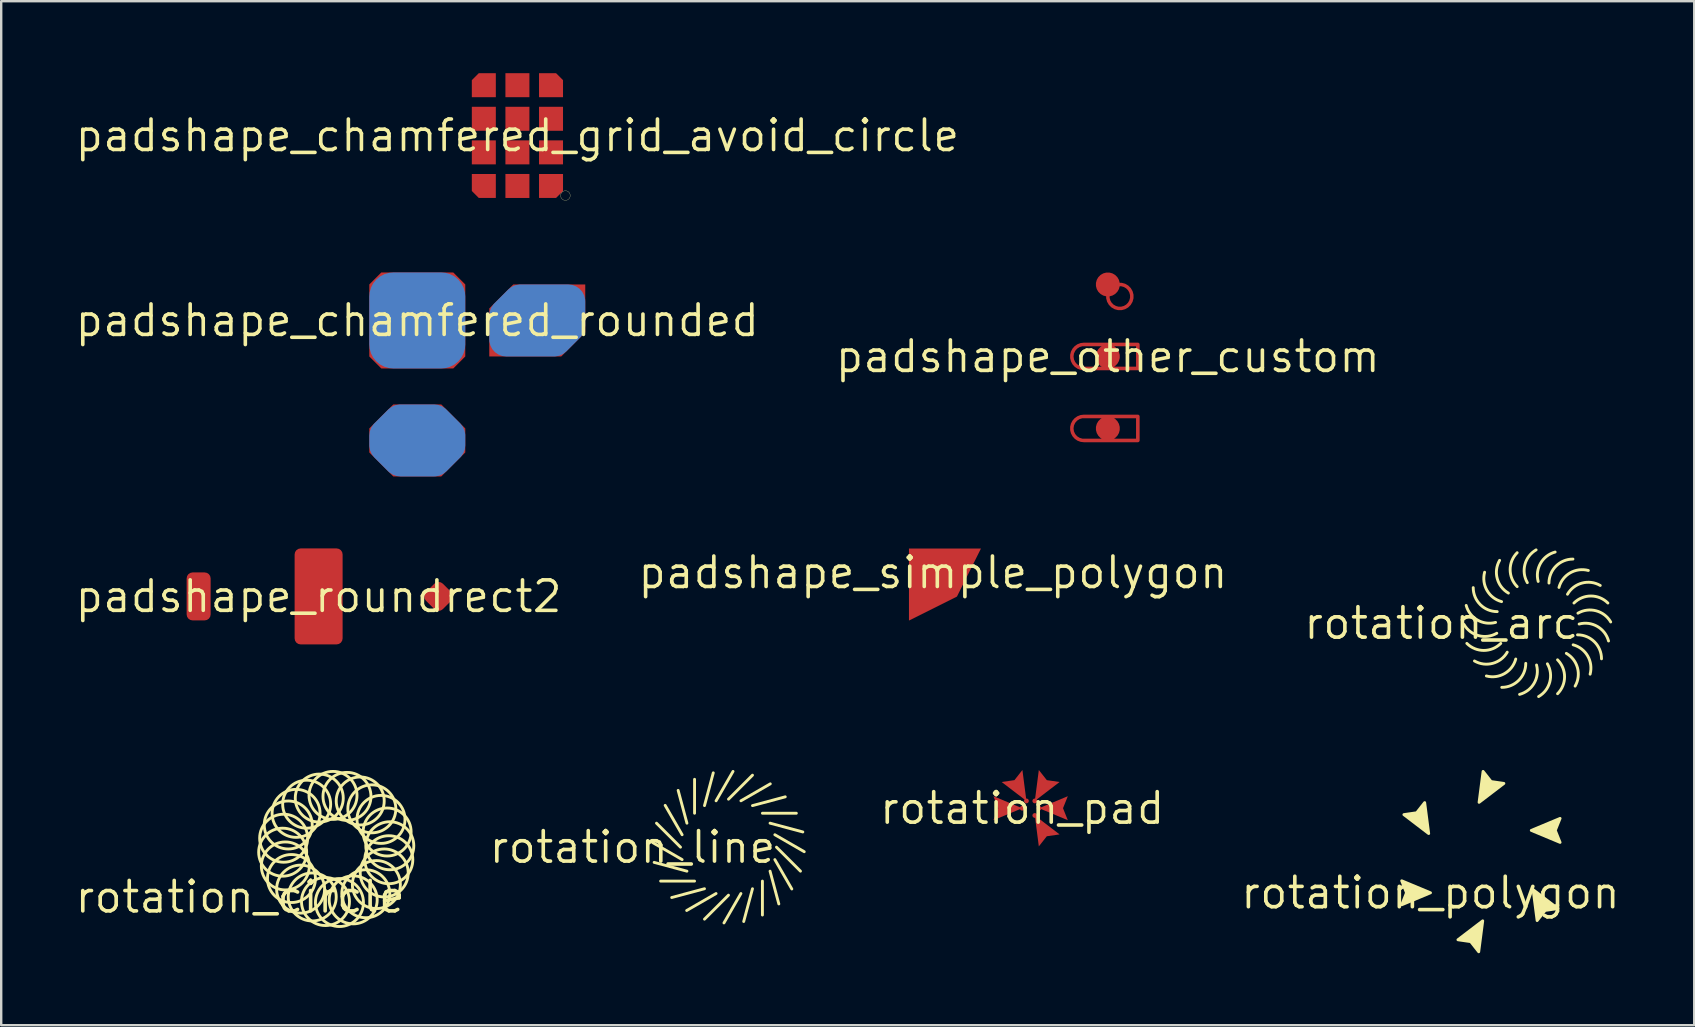
<source format=kicad_pcb>
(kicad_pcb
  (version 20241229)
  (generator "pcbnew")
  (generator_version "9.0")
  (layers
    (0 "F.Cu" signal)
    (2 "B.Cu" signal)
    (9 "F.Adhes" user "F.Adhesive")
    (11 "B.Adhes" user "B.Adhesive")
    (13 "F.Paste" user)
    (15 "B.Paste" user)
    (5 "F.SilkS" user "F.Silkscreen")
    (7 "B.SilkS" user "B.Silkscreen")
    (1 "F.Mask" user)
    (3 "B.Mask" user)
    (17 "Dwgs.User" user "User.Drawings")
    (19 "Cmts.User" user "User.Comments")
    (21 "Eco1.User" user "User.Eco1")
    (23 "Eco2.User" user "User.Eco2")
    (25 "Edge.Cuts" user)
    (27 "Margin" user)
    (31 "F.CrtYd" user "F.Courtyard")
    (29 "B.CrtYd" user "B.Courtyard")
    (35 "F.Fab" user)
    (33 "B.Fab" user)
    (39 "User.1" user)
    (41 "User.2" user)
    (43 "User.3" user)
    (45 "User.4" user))
  (footprint "rotation_arc"
    (layer "F.Cu")
    (at 57.018 22.922)
    (property "Reference" "rotation_arc" (at 0 0 0) (layer "F.SilkS") (effects (font (size 1.27 1.27) (thickness 0.15))))
    (attr smd)
    (fp_arc (start 2.258819 -0.034074) (mid 1.5 -0.133975) (end 1.034074 -0.741181) (stroke (width 0.12) (type solid)) (layer "F.SilkS"))
    (fp_arc (start 2.309329 0.417738) (mid 1.55051 0.517638) (end 0.943304 0.051712) (stroke (width 0.12) (type solid)) (layer "F.SilkS"))
    (fp_arc (start 2.326967 -0.483564) (mid 1.619861 -0.776457) (end 1.326967 -1.483564) (stroke (width 0.12) (type solid)) (layer "F.SilkS"))
    (fp_arc (start 2.475056 0.841081) (mid 1.767949 1.133975) (end 1.060842 0.841081) (stroke (width 0.12) (type solid)) (layer "F.SilkS"))
    (fp_arc (start 2.50913 -0.9001) (mid 1.901924 -1.366025) (end 1.802023 -2.124844) (stroke (width 0.12) (type solid)) (layer "F.SilkS"))
    (fp_arc (start 2.744705 1.207107) (mid 2.137499 1.673033) (end 1.37868 1.573132) (stroke (width 0.12) (type solid)) (layer "F.SilkS"))
    (fp_arc (start 2.792893 -1.255295) (mid 2.326967 -1.862501) (end 2.426868 -2.62132) (stroke (width 0.12) (type solid)) (layer "F.SilkS"))
    (fp_arc (start 3.0999 1.49087) (mid 2.633975 2.098076) (end 1.875156 2.197977) (stroke (width 0.12) (type solid)) (layer "F.SilkS"))
    (fp_arc (start 3.158919 -1.524944) (mid 2.866025 -2.232051) (end 3.158919 -2.939158) (stroke (width 0.12) (type solid)) (layer "F.SilkS"))
    (fp_arc (start 3.516436 1.673033) (mid 3.223543 2.380139) (end 2.516436 2.673033) (stroke (width 0.12) (type solid)) (layer "F.SilkS"))
    (fp_arc (start 3.582262 -1.690671) (mid 3.482362 -2.44949) (end 3.948288 -3.056696) (stroke (width 0.12) (type solid)) (layer "F.SilkS"))
    (fp_arc (start 3.965926 1.741181) (mid 3.866025 2.5) (end 3.258819 2.965926) (stroke (width 0.12) (type solid)) (layer "F.SilkS"))
    (fp_arc (start 4.034074 -1.741181) (mid 4.133975 -2.5) (end 4.741181 -2.965926) (stroke (width 0.12) (type solid)) (layer "F.SilkS"))
    (fp_arc (start 4.417738 1.690671) (mid 4.517638 2.44949) (end 4.051712 3.056696) (stroke (width 0.12) (type solid)) (layer "F.SilkS"))
    (fp_arc (start 4.483564 -1.673033) (mid 4.776457 -2.380139) (end 5.483564 -2.673033) (stroke (width 0.12) (type solid)) (layer "F.SilkS"))
    (fp_arc (start 4.841081 1.524944) (mid 5.133975 2.232051) (end 4.841081 2.939158) (stroke (width 0.12) (type solid)) (layer "F.SilkS"))
    (fp_arc (start 4.9001 -1.49087) (mid 5.366025 -2.098076) (end 6.124844 -2.197977) (stroke (width 0.12) (type solid)) (layer "F.SilkS"))
    (fp_arc (start 5.207107 1.255295) (mid 5.673033 1.862501) (end 5.573132 2.62132) (stroke (width 0.12) (type solid)) (layer "F.SilkS"))
    (fp_arc (start 5.255295 -1.207107) (mid 5.862501 -1.673033) (end 6.62132 -1.573132) (stroke (width 0.12) (type solid)) (layer "F.SilkS"))
    (fp_arc (start 5.49087 0.9001) (mid 6.098076 1.366025) (end 6.197977 2.124844) (stroke (width 0.12) (type solid)) (layer "F.SilkS"))
    (fp_arc (start 5.524944 -0.841081) (mid 6.232051 -1.133975) (end 6.939158 -0.841081) (stroke (width 0.12) (type solid)) (layer "F.SilkS"))
    (fp_arc (start 5.673033 0.483564) (mid 6.380139 0.776457) (end 6.673033 1.483564) (stroke (width 0.12) (type solid)) (layer "F.SilkS"))
    (fp_arc (start 5.690671 -0.417738) (mid 6.44949 -0.517638) (end 7.056696 -0.051712) (stroke (width 0.12) (type solid)) (layer "F.SilkS"))
    (fp_arc (start 5.741181 0.034074) (mid 6.5 0.133975) (end 6.965926 0.741181) (stroke (width 0.12) (type solid)) (layer "F.SilkS")))
  (footprint "rotation_circle"
    (layer "F.Cu")
    (at 6.962 34.33)
    (property "Reference" "rotation_circle" (at 0 0 0) (layer "F.SilkS") (effects (font (size 1.27 1.27) (thickness 0.15))))
    (attr smd)
    (fp_circle (center 1.768 -1.866) (end 2.768 -1.866) (stroke (width 0.12) (type solid)) (fill no) (layer "F.SilkS"))
    (fp_circle (center 1.809 -2.448) (end 2.809 -2.448) (stroke (width 0.12) (type solid)) (fill no) (layer "F.SilkS"))
    (fp_circle (center 1.879 -1.293) (end 2.879 -1.293) (stroke (width 0.12) (type solid)) (fill no) (layer "F.SilkS"))
    (fp_circle (center 2 -3) (end 3 -3) (stroke (width 0.12) (type solid)) (fill no) (layer "F.SilkS"))
    (fp_circle (center 2.134 -0.768) (end 3.134 -0.768) (stroke (width 0.12) (type solid)) (fill no) (layer "F.SilkS"))
    (fp_circle (center 2.327 -3.484) (end 3.327 -3.484) (stroke (width 0.12) (type solid)) (fill no) (layer "F.SilkS"))
    (fp_circle (center 2.516 -0.327) (end 3.516 -0.327) (stroke (width 0.12) (type solid)) (fill no) (layer "F.SilkS"))
    (fp_circle (center 2.768 -3.866) (end 3.768 -3.866) (stroke (width 0.12) (type solid)) (fill no) (layer "F.SilkS"))
    (fp_circle (center 3 0) (end 4 0) (stroke (width 0.12) (type solid)) (fill no) (layer "F.SilkS"))
    (fp_circle (center 3.293 -4.121) (end 4.293 -4.121) (stroke (width 0.12) (type solid)) (fill no) (layer "F.SilkS"))
    (fp_circle (center 3.552 0.191) (end 4.552 0.191) (stroke (width 0.12) (type solid)) (fill no) (layer "F.SilkS"))
    (fp_circle (center 3.866 -4.232) (end 4.866 -4.232) (stroke (width 0.12) (type solid)) (fill no) (layer "F.SilkS"))
    (fp_circle (center 4.134 0.232) (end 5.134 0.232) (stroke (width 0.12) (type solid)) (fill no) (layer "F.SilkS"))
    (fp_circle (center 4.448 -4.191) (end 5.448 -4.191) (stroke (width 0.12) (type solid)) (fill no) (layer "F.SilkS"))
    (fp_circle (center 4.707 0.121) (end 5.707 0.121) (stroke (width 0.12) (type solid)) (fill no) (layer "F.SilkS"))
    (fp_circle (center 5 -4) (end 6 -4) (stroke (width 0.12) (type solid)) (fill no) (layer "F.SilkS"))
    (fp_circle (center 5.232 -0.134) (end 6.232 -0.134) (stroke (width 0.12) (type solid)) (fill no) (layer "F.SilkS"))
    (fp_circle (center 5.484 -3.673) (end 6.484 -3.673) (stroke (width 0.12) (type solid)) (fill no) (layer "F.SilkS"))
    (fp_circle (center 5.673 -0.516) (end 6.673 -0.516) (stroke (width 0.12) (type solid)) (fill no) (layer "F.SilkS"))
    (fp_circle (center 5.866 -3.232) (end 6.866 -3.232) (stroke (width 0.12) (type solid)) (fill no) (layer "F.SilkS"))
    (fp_circle (center 6 -1) (end 7 -1) (stroke (width 0.12) (type solid)) (fill no) (layer "F.SilkS"))
    (fp_circle (center 6.121 -2.707) (end 7.121 -2.707) (stroke (width 0.12) (type solid)) (fill no) (layer "F.SilkS"))
    (fp_circle (center 6.191 -1.552) (end 7.191 -1.552) (stroke (width 0.12) (type solid)) (fill no) (layer "F.SilkS"))
    (fp_circle (center 6.232 -2.134) (end 7.232 -2.134) (stroke (width 0.12) (type solid)) (fill no) (layer "F.SilkS")))
  (footprint "padshape_chamfered_grid_avoid_circle"
    (layer "F.Cu")
    (at 18.513 2.6)
    (property "Reference" "padshape_chamfered_grid_avoid_circle" (at 0 0 0) (layer "F.SilkS") (effects (font (size 1.27 1.27) (thickness 0.15))))
    (attr smd)
    (fp_circle (center 2 2.5) (end 2.2 2.5) (stroke (width 0.01) (type solid)) (fill no) (layer "F.SilkS"))
    (pad "1" smd custom (at -1.4 -2.1) (size 0.795 0.795) (layers "F.Cu" "F.Mask" "F.Paste") (options (anchor circle)) (primitives (gr_poly (pts (xy -0.5 -0.21) (xy -0.21 -0.5) (xy 0.5 -0.5) (xy 0.5 0.5) (xy -0.5 0.5)) (width 0) (fill yes))))
    (pad "1" smd rect (at -1.4 -0.7) (size 1 1) (layers "F.Cu" "F.Mask" "F.Paste"))
    (pad "1" smd rect (at -1.4 0.7) (size 1 1) (layers "F.Cu" "F.Mask" "F.Paste"))
    (pad "1" smd custom (at -1.4 2.1) (size 0.795 0.795) (layers "F.Cu" "F.Mask" "F.Paste") (options (anchor circle)) (primitives (gr_poly (pts (xy -0.5 -0.5) (xy 0.5 -0.5) (xy 0.5 0.5) (xy -0.21 0.5) (xy -0.5 0.21)) (width 0) (fill yes))))
    (pad "1" smd rect (at 0 -2.1) (size 1 1) (layers "F.Cu" "F.Mask" "F.Paste"))
    (pad "1" smd rect (at 0 -0.7) (size 1 1) (layers "F.Cu" "F.Mask" "F.Paste"))
    (pad "1" smd rect (at 0 0.7) (size 1 1) (layers "F.Cu" "F.Mask" "F.Paste"))
    (pad "1" smd rect (at 0 2.1) (size 1 1) (layers "F.Cu" "F.Mask" "F.Paste"))
    (pad "1" smd custom (at 1.4 -2.1) (size 0.795 0.795) (layers "F.Cu" "F.Mask" "F.Paste") (options (anchor circle)) (primitives (gr_poly (pts (xy -0.5 -0.5) (xy 0.21 -0.5) (xy 0.5 -0.21) (xy 0.5 0.5) (xy -0.5 0.5)) (width 0) (fill yes))))
    (pad "1" smd rect (at 1.4 -0.7) (size 1 1) (layers "F.Cu" "F.Mask" "F.Paste"))
    (pad "1" smd rect (at 1.4 0.7) (size 1 1) (layers "F.Cu" "F.Mask" "F.Paste"))
    (pad "1" smd custom (at 1.4 2.1) (size 0.795 0.795) (layers "F.Cu" "F.Mask" "F.Paste") (options (anchor circle)) (primitives (gr_poly (pts (xy -0.5 -0.5) (xy 0.5 -0.5) (xy 0.5 0.21) (xy 0.21 0.5) (xy -0.5 0.5)) (width 0) (fill yes)))))
  (footprint "rotation_polygon"
    (layer "F.Cu")
    (at 56.565 34.156)
    (property "Reference" "rotation_polygon" (at 0 0 0) (layer "F.SilkS") (effects (font (size 1.27 1.27) (thickness 0.15))))
    (attr smd)
    (fp_poly (pts (xy -1 0) (xy -1.2 0.5) (xy 0 0) (xy -1.2 -0.5)) (stroke (width 0.12) (type solid)) (fill yes) (layer "F.SilkS"))
    (fp_poly (pts (xy -0.576 -3.335) (xy -1.109 -3.258) (xy -0.076 -2.469) (xy -0.243 -3.758)) (stroke (width 0.12) (type solid)) (fill yes) (layer "F.SilkS"))
    (fp_poly (pts (xy 1.676 2.035) (xy 2.009 2.458) (xy 2.176 1.169) (xy 1.143 1.958)) (stroke (width 0.12) (type solid)) (fill yes) (layer "F.SilkS"))
    (fp_poly (pts (xy 2.524 -4.635) (xy 2.191 -5.058) (xy 2.024 -3.769) (xy 3.057 -4.558)) (stroke (width 0.12) (type solid)) (fill yes) (layer "F.SilkS"))
    (fp_poly (pts (xy 4.776 0.735) (xy 5.309 0.658) (xy 4.276 -0.131) (xy 4.443 1.158)) (stroke (width 0.12) (type solid)) (fill yes) (layer "F.SilkS"))
    (fp_poly (pts (xy 5.2 -2.6) (xy 5.4 -3.1) (xy 4.2 -2.6) (xy 5.4 -2.1)) (stroke (width 0.12) (type solid)) (fill yes) (layer "F.SilkS")))
  (footprint "padshape_chamfered_rounded"
    (layer "F.Cu")
    (at 14.34 10.305)
    (property "Reference" "padshape_chamfered_rounded" (at 0 0 0) (layer "F.SilkS") (effects (font (size 1.27 1.27) (thickness 0.15))))
    (attr smd)
    (pad "1" smd custom (at 0 0) (size 3.646 3.646) (layers "F.Cu" "F.Mask" "F.Paste") (options (anchor circle)) (primitives (gr_poly (pts (xy -2 -1.5) (xy -1.5 -2) (xy 1.5 -2) (xy 2 -1.5) (xy 2 1.5) (xy 1.5 2) (xy -1.5 2) (xy -2 1.5)) (width 0) (fill yes))))
    (pad "1" smd roundrect (at 0 0) (size 4 4) (layers "B.Cu") (roundrect_rratio 0.25))
    (pad "1" smd custom (at 0 5) (size 2.293 2.293) (layers "F.Cu" "F.Mask" "F.Paste") (options (anchor circle)) (primitives (gr_poly (pts (xy -2 -0.5) (xy -1 -1.5) (xy 1 -1.5) (xy 2 -0.5) (xy 2 0.5) (xy 1 1.5) (xy -1 1.5) (xy -2 0.5)) (width 0) (fill yes))))
    (pad "1" smd custom (at 0 5) (size 2.293 2.293) (layers "B.Cu") (options (anchor circle)) (primitives (gr_poly (pts (xy -1.293 -0.207) (xy -0.707 -0.793) (xy 0.707 -0.793) (xy 1.293 -0.207) (xy 1.293 0.207) (xy 0.707 0.793) (xy -0.707 0.793) (xy -1.293 0.207)) (width 1.414) (fill yes))))
    (pad "1" smd custom (at 5 0) (size 2.293 2.293) (layers "F.Cu" "F.Mask" "F.Paste") (options (anchor circle)) (primitives (gr_poly (pts (xy -2 -0.5) (xy -1 -1.5) (xy 2 -1.5) (xy 2 0.5) (xy 1 1.5) (xy -2 1.5)) (width 0) (fill yes))))
    (pad "1" smd custom (at 5 0) (size 2.293 2.293) (layers "B.Cu") (options (anchor circle)) (primitives (gr_poly (pts (xy -1.293 -0.207) (xy -0.707 -0.793) (xy 1.293 -0.793) (xy 1.293 0.207) (xy 0.707 0.793) (xy -1.293 0.793)) (width 1.414) (fill yes)))))
  (footprint "padshape_roundrect2"
    (layer "F.Cu")
    (at 10.228 21.805)
    (property "Reference" "padshape_roundrect2" (at 0 0 0) (layer "F.SilkS") (effects (font (size 1.27 1.27) (thickness 0.15))))
    (attr smd)
    (pad "1" smd roundrect (at 0 0) (size 2 4) (layers "F.Cu" "F.Mask" "F.Paste") (roundrect_rratio 0.125))
    (pad "2" smd roundrect (at -5 0) (size 1 2) (layers "F.Cu" "F.Mask" "F.Paste") (roundrect_rratio 0.25))
    (pad "3" smd roundrect (at 5 0 45) (size 1 1) (layers "F.Cu" "F.Mask" "F.Paste") (roundrect_rratio 0.25)))
  (footprint "padshape_other_custom"
    (layer "F.Cu")
    (at 43.118 11.805)
    (property "Reference" "padshape_other_custom" (at 0 0 0) (layer "F.SilkS") (effects (font (size 1.27 1.27) (thickness 0.15))))
    (attr smd)
    (pad "1" smd custom (at 0 0) (size 1 1) (layers "F.Cu" "F.Mask" "F.Paste") (options (anchor circle)) (primitives (gr_arc (start -1 0.5) (mid -1.5 0) (end -1 -0.5) (width 0.15)) (gr_line (start -1 -0.5) (end 1.25 -0.5) (width 0.15)) (gr_line (start 1.25 -0.5) (end 1.25 0.5) (width 0.15)) (gr_line (start 1.25 0.5) (end -1 0.5) (width 0.15))))
    (pad "2" smd custom (at 0 3) (size 1 1) (layers "F.Cu" "F.Mask" "F.Paste") (options (anchor circle)) (primitives (gr_arc (start -1 0.5) (mid -1.5 0) (end -1 -0.5) (width 0.15)) (gr_line (start -1 -0.5) (end 1.25 -0.5) (width 0.15)) (gr_line (start 1.25 -0.5) (end 1.25 0.5) (width 0.15)) (gr_line (start 1.25 0.5) (end -1 0.5) (width 0.15))))
    (pad "3" smd custom (at 0 -3) (size 1 1) (layers "F.Cu" "F.Mask" "F.Paste") (options (anchor circle)) (primitives (gr_circle (center 0.5 0.5) (end 1 0.5) (width 0.15) (fill no)))))
  (footprint "rotation_line"
    (layer "F.Cu")
    (at 23.309 32.255)
    (property "Reference" "rotation_line" (at 0 0 0) (layer "F.SilkS") (effects (font (size 1.27 1.27) (thickness 0.15))))
    (attr smd)
    (fp_line (start 2 0) (end 1 -1) (stroke (width 0.12) (type solid)) (layer "F.SilkS"))
    (fp_line (start 2.068 -0.518) (end 1.361 -1.742) (stroke (width 0.12) (type solid)) (layer "F.SilkS"))
    (fp_line (start 2.068 0.518) (end 0.843 -0.189) (stroke (width 0.12) (type solid)) (layer "F.SilkS"))
    (fp_line (start 2.268 -1) (end 1.902 -2.366) (stroke (width 0.12) (type solid)) (layer "F.SilkS"))
    (fp_line (start 2.268 1) (end 0.902 0.634) (stroke (width 0.12) (type solid)) (layer "F.SilkS"))
    (fp_line (start 2.586 -1.414) (end 2.586 -2.828) (stroke (width 0.12) (type solid)) (layer "F.SilkS"))
    (fp_line (start 2.586 1.414) (end 1.172 1.414) (stroke (width 0.12) (type solid)) (layer "F.SilkS"))
    (fp_line (start 3 -1.732) (end 3.366 -3.098) (stroke (width 0.12) (type solid)) (layer "F.SilkS"))
    (fp_line (start 3 1.732) (end 1.634 2.098) (stroke (width 0.12) (type solid)) (layer "F.SilkS"))
    (fp_line (start 3.482 -1.932) (end 4.189 -3.157) (stroke (width 0.12) (type solid)) (layer "F.SilkS"))
    (fp_line (start 3.482 1.932) (end 2.258 2.639) (stroke (width 0.12) (type solid)) (layer "F.SilkS"))
    (fp_line (start 4 -2) (end 5 -3) (stroke (width 0.12) (type solid)) (layer "F.SilkS"))
    (fp_line (start 4 2) (end 3 3) (stroke (width 0.12) (type solid)) (layer "F.SilkS"))
    (fp_line (start 4.518 -1.932) (end 5.742 -2.639) (stroke (width 0.12) (type solid)) (layer "F.SilkS"))
    (fp_line (start 4.518 1.932) (end 3.811 3.157) (stroke (width 0.12) (type solid)) (layer "F.SilkS"))
    (fp_line (start 5 -1.732) (end 6.366 -2.098) (stroke (width 0.12) (type solid)) (layer "F.SilkS"))
    (fp_line (start 5 1.732) (end 4.634 3.098) (stroke (width 0.12) (type solid)) (layer "F.SilkS"))
    (fp_line (start 5.414 -1.414) (end 6.828 -1.414) (stroke (width 0.12) (type solid)) (layer "F.SilkS"))
    (fp_line (start 5.414 1.414) (end 5.414 2.828) (stroke (width 0.12) (type solid)) (layer "F.SilkS"))
    (fp_line (start 5.732 -1) (end 7.098 -0.634) (stroke (width 0.12) (type solid)) (layer "F.SilkS"))
    (fp_line (start 5.732 1) (end 6.098 2.366) (stroke (width 0.12) (type solid)) (layer "F.SilkS"))
    (fp_line (start 5.932 -0.518) (end 7.157 0.189) (stroke (width 0.12) (type solid)) (layer "F.SilkS"))
    (fp_line (start 5.932 0.518) (end 6.639 1.742) (stroke (width 0.12) (type solid)) (layer "F.SilkS"))
    (fp_line (start 6 0) (end 7 1) (stroke (width 0.12) (type solid)) (layer "F.SilkS")))
  (footprint "padshape_simple_polygon"
    (layer "F.Cu")
    (at 35.83 20.811)
    (property "Reference" "padshape_simple_polygon" (at 0 0 0) (layer "F.SilkS") (effects (font (size 1.27 1.27) (thickness 0.15))))
    (attr smd)
    (pad "1" smd custom (at 0 0) (size 1 1) (layers "F.Cu" "F.Mask" "F.Paste") (options (anchor circle)) (primitives (gr_poly (pts (xy -1 -1) (xy 2 -1) (xy 1 1) (xy -1 2)) (width 0) (fill yes)))))
  (footprint "rotation_pad"
    (layer "F.Cu")
    (at 39.55 30.631)
    (property "Reference" "rotation_pad" (at 0 0 0) (layer "F.SilkS") (effects (font (size 1.27 1.27) (thickness 0.15))))
    (attr smd)
    (pad "1" smd custom (at 0 0) (size 0.2 0.2) (layers "F.Cu" "F.Mask" "F.Paste") (options (anchor circle)) (primitives (gr_poly (pts (xy -1 0) (xy -1.2 0.5) (xy 0 0) (xy -1.2 -0.5)) (width 0) (fill yes))))
    (pad "2" smd custom (at 0.175 -0.303 300) (size 0.2 0.2) (layers "F.Cu" "F.Mask" "F.Paste") (options (anchor circle)) (primitives (gr_poly (pts (xy -1 0) (xy -1.2 0.5) (xy 0 0) (xy -1.2 -0.5)) (width 0) (fill yes))))
    (pad "3" smd custom (at 0.525 -0.303 240) (size 0.2 0.2) (layers "F.Cu" "F.Mask" "F.Paste") (options (anchor circle)) (primitives (gr_poly (pts (xy -1 0) (xy -1.2 0.5) (xy 0 0) (xy -1.2 -0.5)) (width 0) (fill yes))))
    (pad "4" smd custom (at 0.7 0 180) (size 0.2 0.2) (layers "F.Cu" "F.Mask" "F.Paste") (options (anchor circle)) (primitives (gr_poly (pts (xy -1 0) (xy -1.2 0.5) (xy 0 0) (xy -1.2 -0.5)) (width 0) (fill yes))))
    (pad "5" smd custom (at 0.525 0.303 120) (size 0.2 0.2) (layers "F.Cu" "F.Mask" "F.Paste") (options (anchor circle)) (primitives (gr_poly (pts (xy -1 0) (xy -1.2 0.5) (xy 0 0) (xy -1.2 -0.5)) (width 0) (fill yes)))))
  (gr_rect
    (start -3 -3)
    (end 67.555 39.674)
    (stroke (width 0.1) (type default))
    (fill no)
    (layer "Edge.Cuts")))
</source>
